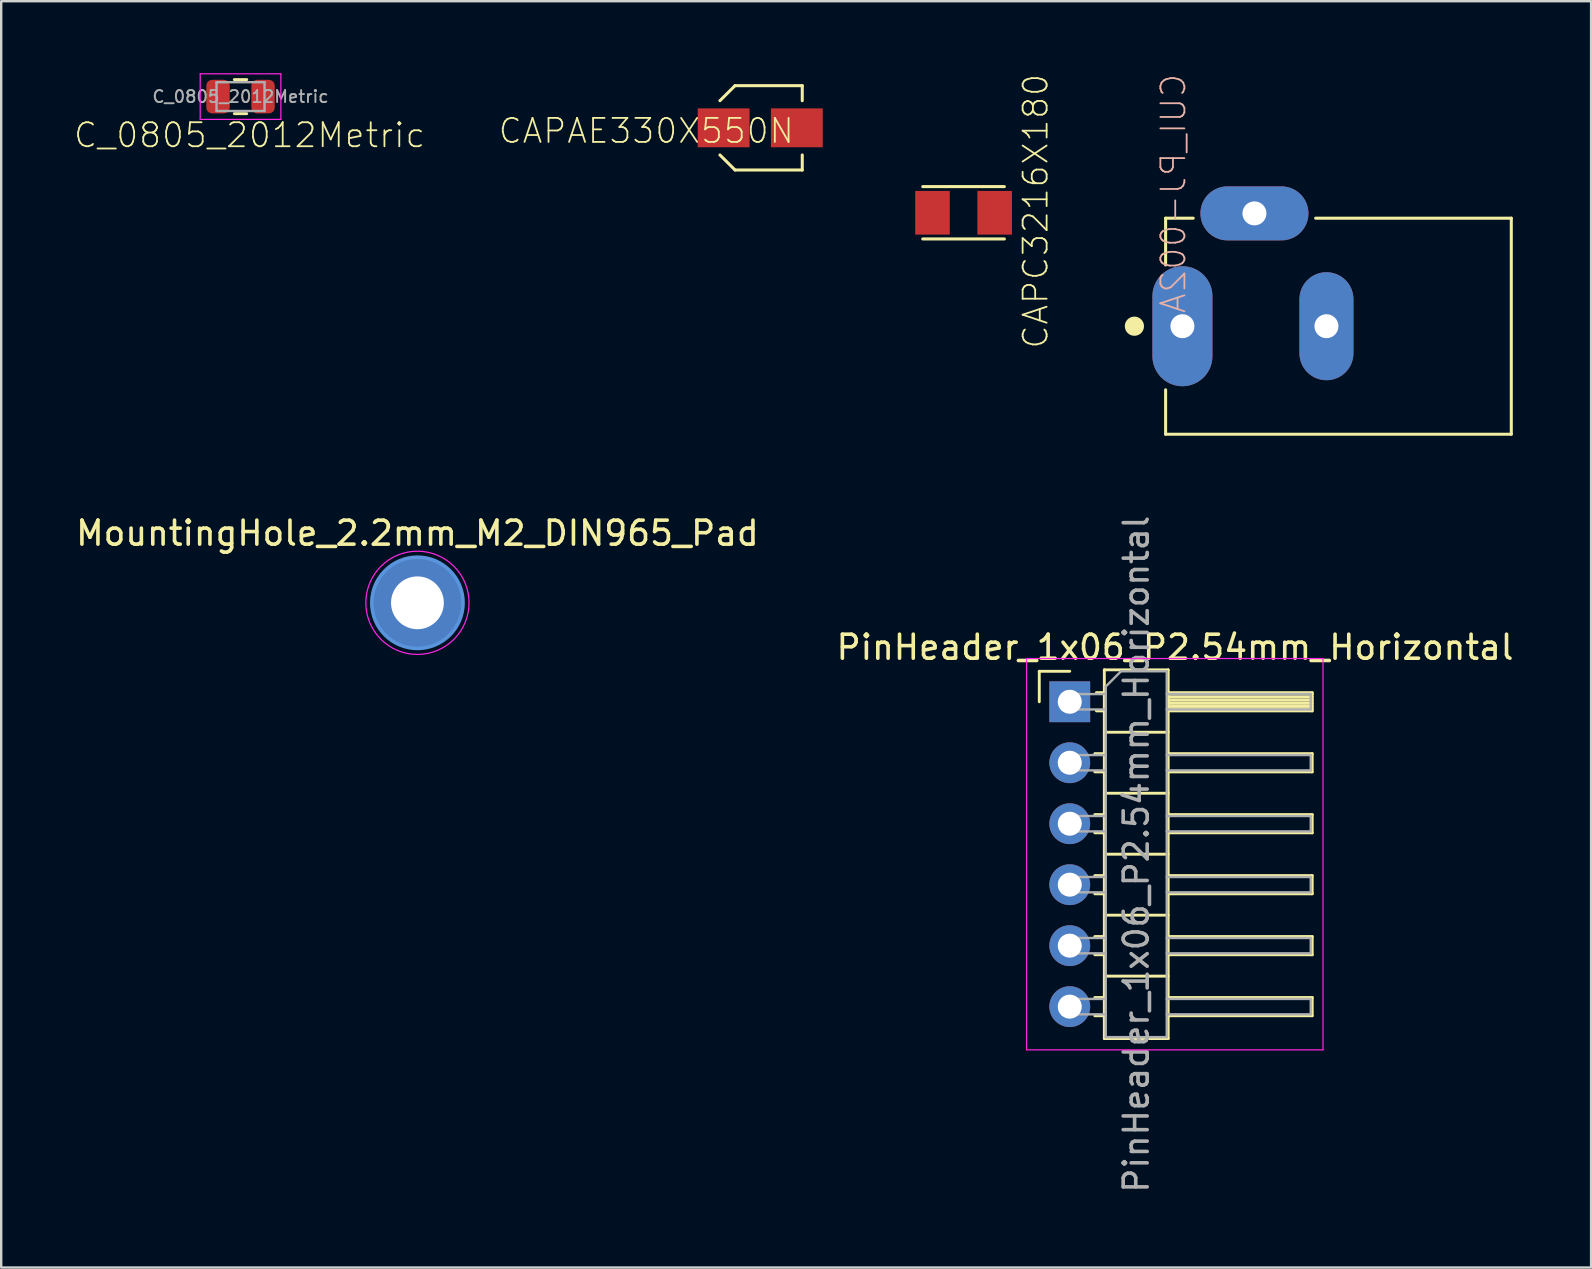
<source format=kicad_pcb>
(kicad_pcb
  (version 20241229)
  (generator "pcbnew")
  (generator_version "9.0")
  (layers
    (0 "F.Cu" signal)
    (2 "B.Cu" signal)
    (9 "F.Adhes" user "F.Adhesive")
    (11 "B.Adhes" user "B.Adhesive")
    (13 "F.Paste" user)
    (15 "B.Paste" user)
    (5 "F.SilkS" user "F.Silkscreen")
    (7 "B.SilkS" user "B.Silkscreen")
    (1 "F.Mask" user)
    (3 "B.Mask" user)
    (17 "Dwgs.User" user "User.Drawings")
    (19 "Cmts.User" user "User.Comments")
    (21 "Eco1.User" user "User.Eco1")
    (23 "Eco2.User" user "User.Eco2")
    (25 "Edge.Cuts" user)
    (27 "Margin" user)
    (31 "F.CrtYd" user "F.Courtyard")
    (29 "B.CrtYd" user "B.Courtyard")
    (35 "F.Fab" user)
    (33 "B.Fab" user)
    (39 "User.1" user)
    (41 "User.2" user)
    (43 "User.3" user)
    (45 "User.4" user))
  (footprint "C_0805_2012Metric"
    (layer "F.Cu")
    (at 6.97 0.975)
    (property "Reference" "C_0805_2012Metric" (at 0.376 1.608 0) (layer "F.SilkS") (effects (font (size 1 1) (thickness 0.075))))
    (attr smd)
    (fp_line (start -0.259 -0.71) (end 0.259 -0.71) (stroke (width 0.12) (type solid)) (layer "F.SilkS"))
    (fp_line (start -0.259 0.71) (end 0.259 0.71) (stroke (width 0.12) (type solid)) (layer "F.SilkS"))
    (fp_line (start -1.68 -0.95) (end 1.68 -0.95) (stroke (width 0.05) (type solid)) (layer "F.CrtYd"))
    (fp_line (start -1.68 0.95) (end -1.68 -0.95) (stroke (width 0.05) (type solid)) (layer "F.CrtYd"))
    (fp_line (start 1.68 -0.95) (end 1.68 0.95) (stroke (width 0.05) (type solid)) (layer "F.CrtYd"))
    (fp_line (start 1.68 0.95) (end -1.68 0.95) (stroke (width 0.05) (type solid)) (layer "F.CrtYd"))
    (fp_line (start -1 -0.6) (end 1 -0.6) (stroke (width 0.1) (type solid)) (layer "F.Fab"))
    (fp_line (start -1 0.6) (end -1 -0.6) (stroke (width 0.1) (type solid)) (layer "F.Fab"))
    (fp_line (start 1 -0.6) (end 1 0.6) (stroke (width 0.1) (type solid)) (layer "F.Fab"))
    (fp_line (start 1 0.6) (end -1 0.6) (stroke (width 0.1) (type solid)) (layer "F.Fab"))
    (fp_text user "${REFERENCE}" (at 0 0 0) (layer "F.Fab") (effects (font (size 0.5 0.5) (thickness 0.08))))
    (pad "1" smd roundrect (at -0.938 0) (size 0.975 1.4) (layers "F.Cu" "F.Mask" "F.Paste") (roundrect_rratio 0.25))
    (pad "2" smd roundrect (at 0.938 0) (size 0.975 1.4) (layers "F.Cu" "F.Mask" "F.Paste") (roundrect_rratio 0.25)))
  (footprint "MountingHole_2.2mm_M2_DIN965_Pad"
    (layer "F.Cu")
    (at 14.339 22.062)
    (property "Reference" "MountingHole_2.2mm_M2_DIN965_Pad" (at 0 -2.9 0) (layer "F.SilkS") (effects (font (size 1 1) (thickness 0.15))))
    (attr exclude_from_pos_files exclude_from_bom)
    (fp_circle (center 0 0) (end 1.9 0) (stroke (width 0.15) (type solid)) (fill no) (layer "Cmts.User"))
    (fp_circle (center 0 0) (end 2.15 0) (stroke (width 0.05) (type solid)) (fill no) (layer "F.CrtYd"))
    (fp_text user "" (at 0.3 0 0) (layer "F.Fab") (effects (font (size 1 1) (thickness 0.15))))
    (pad "1" thru_hole circle (at 0 0) (size 3.8 3.8) (drill 2.2) (layers "*.Cu" "*.Mask")))
  (footprint "CUI_PJ-002A"
    (layer "F.Cu")
    (at 46.207 10.539)
    (property "Reference" "CUI_PJ-002A" (at -0.377 -5.526 270) (layer "B.SilkS") (effects (font (size 1 1) (thickness 0.075)) (justify mirror)))
    (attr through_hole)
    (fp_line (start -0.7 -4.5) (end 0.45 -4.5) (stroke (width 0.127) (type solid)) (layer "F.SilkS"))
    (fp_line (start -0.7 -2.55) (end -0.7 -4.5) (stroke (width 0.127) (type solid)) (layer "F.SilkS"))
    (fp_line (start -0.7 4.5) (end -0.7 2.65) (stroke (width 0.127) (type solid)) (layer "F.SilkS"))
    (fp_line (start 5.55 -4.5) (end 13.7 -4.5) (stroke (width 0.127) (type solid)) (layer "F.SilkS"))
    (fp_line (start 13.7 -4.5) (end 13.7 4.5) (stroke (width 0.127) (type solid)) (layer "F.SilkS"))
    (fp_line (start 13.7 4.5) (end -0.7 4.5) (stroke (width 0.127) (type solid)) (layer "F.SilkS"))
    (fp_circle (center -2 0) (end -1.8 0) (stroke (width 0.4) (type solid)) (fill no) (layer "F.SilkS"))
    (fp_line (start -1.55 -2.25) (end -1.55 2.35) (stroke (width 0.05) (type solid)) (layer "Eco1.User"))
    (fp_line (start -1.55 2.35) (end -1 2.35) (stroke (width 0.05) (type solid)) (layer "Eco1.User"))
    (fp_line (start -1 -4.75) (end 0.45 -4.75) (stroke (width 0.05) (type solid)) (layer "Eco1.User"))
    (fp_line (start -1 -2.25) (end -1.55 -2.25) (stroke (width 0.05) (type solid)) (layer "Eco1.User"))
    (fp_line (start -1 -2.25) (end -1 -4.75) (stroke (width 0.05) (type solid)) (layer "Eco1.User"))
    (fp_line (start -1 4.75) (end -1 2.35) (stroke (width 0.05) (type solid)) (layer "Eco1.User"))
    (fp_line (start 0.45 -6.1) (end 5.55 -6.1) (stroke (width 0.05) (type solid)) (layer "Eco1.User"))
    (fp_line (start 0.45 -4.75) (end 0.45 -6.1) (stroke (width 0.05) (type solid)) (layer "Eco1.User"))
    (fp_line (start 5.55 -6.1) (end 5.55 -4.75) (stroke (width 0.05) (type solid)) (layer "Eco1.User"))
    (fp_line (start 5.55 -4.75) (end 14 -4.75) (stroke (width 0.05) (type solid)) (layer "Eco1.User"))
    (fp_line (start 14 -4.75) (end 14 4.75) (stroke (width 0.05) (type solid)) (layer "Eco1.User"))
    (fp_line (start 14 4.75) (end -1 4.75) (stroke (width 0.05) (type solid)) (layer "Eco1.User"))
    (fp_line (start -0.7 -4.5) (end 13.7 -4.5) (stroke (width 0.127) (type solid)) (layer "Eco2.User"))
    (fp_line (start -0.7 4.5) (end -0.7 -4.5) (stroke (width 0.127) (type solid)) (layer "Eco2.User"))
    (fp_line (start 13.7 -4.5) (end 13.7 4.5) (stroke (width 0.127) (type solid)) (layer "Eco2.User"))
    (fp_line (start 13.7 4.5) (end -0.7 4.5) (stroke (width 0.127) (type solid)) (layer "Eco2.User"))
    (fp_line (start -0.5 -1.75) (end 0.5 -1.75) (stroke (width 0.0001) (type solid)) (layer "Edge.Cuts"))
    (fp_line (start -0.5 1.75) (end -0.5 -1.75) (stroke (width 0.0001) (type solid)) (layer "Edge.Cuts"))
    (fp_line (start 0.5 -1.75) (end 0.5 1.75) (stroke (width 0.0001) (type solid)) (layer "Edge.Cuts"))
    (fp_line (start 0.5 1.75) (end -0.5 1.75) (stroke (width 0.0001) (type solid)) (layer "Edge.Cuts"))
    (fp_line (start 1.5 -5.2) (end 4.5 -5.2) (stroke (width 0.0001) (type solid)) (layer "Edge.Cuts"))
    (fp_line (start 1.5 -4.2) (end 1.5 -5.2) (stroke (width 0.0001) (type solid)) (layer "Edge.Cuts"))
    (fp_line (start 4.5 -5.2) (end 4.5 -4.2) (stroke (width 0.0001) (type solid)) (layer "Edge.Cuts"))
    (fp_line (start 4.5 -4.2) (end 1.5 -4.2) (stroke (width 0.0001) (type solid)) (layer "Edge.Cuts"))
    (fp_line (start 5.5 -1.5) (end 6.5 -1.5) (stroke (width 0.0001) (type solid)) (layer "Edge.Cuts"))
    (fp_line (start 5.5 1.5) (end 5.5 -1.5) (stroke (width 0.0001) (type solid)) (layer "Edge.Cuts"))
    (fp_line (start 6.5 -1.5) (end 6.5 1.5) (stroke (width 0.0001) (type solid)) (layer "Edge.Cuts"))
    (fp_line (start 6.5 1.5) (end 5.5 1.5) (stroke (width 0.0001) (type solid)) (layer "Edge.Cuts"))
    (pad "1" thru_hole oval (at 0 0 90) (size 5 2.5) (drill 1) (layers "*.Cu" "*.Mask"))
    (pad "2" thru_hole oval (at 6 0 90) (size 4.5 2.25) (drill 1) (layers "*.Cu" "*.Mask"))
    (pad "3" thru_hole oval (at 3 -4.7 180) (size 4.5 2.25) (drill 1) (layers "*.Cu" "*.Mask")))
  (footprint "CAPAE330X550N"
    (layer "F.Cu")
    (at 28.62 2.275)
    (property "Reference" "CAPAE330X550N" (at -4.749 0.128 0) (layer "F.SilkS") (effects (font (size 1 1) (thickness 0.075))))
    (attr smd)
    (fp_line (start -1.68 -1.13) (end -1.05 -1.757) (stroke (width 0.127) (type solid)) (layer "F.SilkS"))
    (fp_line (start -1.05 -1.757) (end 1.75 -1.757) (stroke (width 0.127) (type solid)) (layer "F.SilkS"))
    (fp_line (start -1.05 1.757) (end -1.68 1.13) (stroke (width 0.127) (type solid)) (layer "F.SilkS"))
    (fp_line (start 1.75 -1.757) (end 1.75 -1.13) (stroke (width 0.127) (type solid)) (layer "F.SilkS"))
    (fp_line (start 1.75 1.757) (end -1.05 1.757) (stroke (width 0.127) (type solid)) (layer "F.SilkS"))
    (fp_line (start 1.75 1.757) (end 1.75 1.13) (stroke (width 0.127) (type solid)) (layer "F.SilkS"))
    (fp_line (start -3.11 -1.31) (end -2.25 -1.31) (stroke (width 0.05) (type solid)) (layer "Eco1.User"))
    (fp_line (start -3.11 1.31) (end -3.11 -1.31) (stroke (width 0.05) (type solid)) (layer "Eco1.User"))
    (fp_line (start -2.25 -2.25) (end 2.25 -2.25) (stroke (width 0.05) (type solid)) (layer "Eco1.User"))
    (fp_line (start -2.25 -1.31) (end -2.25 -2.25) (stroke (width 0.05) (type solid)) (layer "Eco1.User"))
    (fp_line (start -2.25 1.31) (end -3.11 1.31) (stroke (width 0.05) (type solid)) (layer "Eco1.User"))
    (fp_line (start -2.25 2.25) (end -2.25 1.31) (stroke (width 0.05) (type solid)) (layer "Eco1.User"))
    (fp_line (start 2.25 -2.25) (end 2.25 -1.31) (stroke (width 0.05) (type solid)) (layer "Eco1.User"))
    (fp_line (start 2.25 -1.31) (end 3.11 -1.31) (stroke (width 0.05) (type solid)) (layer "Eco1.User"))
    (fp_line (start 2.25 1.31) (end 2.25 2.25) (stroke (width 0.05) (type solid)) (layer "Eco1.User"))
    (fp_line (start 2.25 2.25) (end -2.25 2.25) (stroke (width 0.05) (type solid)) (layer "Eco1.User"))
    (fp_line (start 3.11 -1.31) (end 3.11 1.31) (stroke (width 0.05) (type solid)) (layer "Eco1.User"))
    (fp_line (start 3.11 1.31) (end 2.25 1.31) (stroke (width 0.05) (type solid)) (layer "Eco1.User"))
    (fp_line (start -1.75 -1.05) (end -1.05 -1.75) (stroke (width 0.127) (type solid)) (layer "Eco2.User"))
    (fp_line (start -1.75 1.05) (end -1.75 -1.05) (stroke (width 0.127) (type solid)) (layer "Eco2.User"))
    (fp_line (start -1.05 -1.75) (end 1.75 -1.75) (stroke (width 0.127) (type solid)) (layer "Eco2.User"))
    (fp_line (start -1.05 1.75) (end -1.75 1.05) (stroke (width 0.127) (type solid)) (layer "Eco2.User"))
    (fp_line (start 1.75 -1.75) (end 1.75 1.75) (stroke (width 0.127) (type solid)) (layer "Eco2.User"))
    (fp_line (start 1.75 1.75) (end -1.05 1.75) (stroke (width 0.127) (type solid)) (layer "Eco2.User"))
    (pad "1" smd rect (at -1.525 0) (size 2.16 1.62) (layers "F.Cu" "F.Mask" "F.Paste"))
    (pad "2" smd rect (at 1.525 0) (size 2.16 1.62) (layers "F.Cu" "F.Mask" "F.Paste")))
  (footprint "CAPC3216X180"
    (layer "F.Cu")
    (at 37.09 5.814)
    (property "Reference" "CAPC3216X180" (at 3.001 -0.063 90) (layer "F.SilkS") (effects (font (size 1 1) (thickness 0.075))))
    (attr smd)
    (fp_line (start -1.7 1.09) (end 1.7 1.09) (stroke (width 0.127) (type solid)) (layer "F.SilkS"))
    (fp_line (start 1.7 -1.09) (end -1.7 -1.09) (stroke (width 0.127) (type solid)) (layer "F.SilkS"))
    (fp_line (start -2.31 -1.16) (end 2.31 -1.16) (stroke (width 0.05) (type solid)) (layer "Eco1.User"))
    (fp_line (start -2.31 1.16) (end -2.31 -1.16) (stroke (width 0.05) (type solid)) (layer "Eco1.User"))
    (fp_line (start 2.31 -1.16) (end 2.31 1.16) (stroke (width 0.05) (type solid)) (layer "Eco1.User"))
    (fp_line (start 2.31 1.16) (end -2.31 1.16) (stroke (width 0.05) (type solid)) (layer "Eco1.User"))
    (fp_line (start -1.7 -0.9) (end 1.7 -0.9) (stroke (width 0.127) (type solid)) (layer "Eco2.User"))
    (fp_line (start -1.7 0.9) (end -1.7 -0.9) (stroke (width 0.127) (type solid)) (layer "Eco2.User"))
    (fp_line (start -1.7 0.9) (end 1.7 0.9) (stroke (width 0.127) (type solid)) (layer "Eco2.User"))
    (fp_line (start 1.7 -0.9) (end 1.7 0.9) (stroke (width 0.127) (type solid)) (layer "Eco2.User"))
    (pad "1" smd rect (at -1.295 0 180) (size 1.44 1.82) (layers "F.Cu" "F.Mask" "F.Paste"))
    (pad "2" smd rect (at 1.295 0) (size 1.44 1.82) (layers "F.Cu" "F.Mask" "F.Paste")))
  (footprint "PinHeader_1x06_P2.54mm_Horizontal"
    (layer "F.Cu")
    (at 41.514 26.184)
    (property "Reference" "PinHeader_1x06_P2.54mm_Horizontal" (at 4.385 -2.27 0) (layer "F.SilkS") (effects (font (size 1 1) (thickness 0.15))))
    (attr through_hole)
    (fp_line (start -1.27 -1.27) (end 0 -1.27) (stroke (width 0.12) (type solid)) (layer "F.SilkS"))
    (fp_line (start -1.27 0) (end -1.27 -1.27) (stroke (width 0.12) (type solid)) (layer "F.SilkS"))
    (fp_line (start 1.043 2.16) (end 1.44 2.16) (stroke (width 0.12) (type solid)) (layer "F.SilkS"))
    (fp_line (start 1.043 2.92) (end 1.44 2.92) (stroke (width 0.12) (type solid)) (layer "F.SilkS"))
    (fp_line (start 1.043 4.7) (end 1.44 4.7) (stroke (width 0.12) (type solid)) (layer "F.SilkS"))
    (fp_line (start 1.043 5.46) (end 1.44 5.46) (stroke (width 0.12) (type solid)) (layer "F.SilkS"))
    (fp_line (start 1.043 7.24) (end 1.44 7.24) (stroke (width 0.12) (type solid)) (layer "F.SilkS"))
    (fp_line (start 1.043 8) (end 1.44 8) (stroke (width 0.12) (type solid)) (layer "F.SilkS"))
    (fp_line (start 1.043 9.78) (end 1.44 9.78) (stroke (width 0.12) (type solid)) (layer "F.SilkS"))
    (fp_line (start 1.043 10.54) (end 1.44 10.54) (stroke (width 0.12) (type solid)) (layer "F.SilkS"))
    (fp_line (start 1.043 12.32) (end 1.44 12.32) (stroke (width 0.12) (type solid)) (layer "F.SilkS"))
    (fp_line (start 1.043 13.08) (end 1.44 13.08) (stroke (width 0.12) (type solid)) (layer "F.SilkS"))
    (fp_line (start 1.11 -0.38) (end 1.44 -0.38) (stroke (width 0.12) (type solid)) (layer "F.SilkS"))
    (fp_line (start 1.11 0.38) (end 1.44 0.38) (stroke (width 0.12) (type solid)) (layer "F.SilkS"))
    (fp_line (start 1.44 -1.33) (end 1.44 14.03) (stroke (width 0.12) (type solid)) (layer "F.SilkS"))
    (fp_line (start 1.44 1.27) (end 4.1 1.27) (stroke (width 0.12) (type solid)) (layer "F.SilkS"))
    (fp_line (start 1.44 3.81) (end 4.1 3.81) (stroke (width 0.12) (type solid)) (layer "F.SilkS"))
    (fp_line (start 1.44 6.35) (end 4.1 6.35) (stroke (width 0.12) (type solid)) (layer "F.SilkS"))
    (fp_line (start 1.44 8.89) (end 4.1 8.89) (stroke (width 0.12) (type solid)) (layer "F.SilkS"))
    (fp_line (start 1.44 11.43) (end 4.1 11.43) (stroke (width 0.12) (type solid)) (layer "F.SilkS"))
    (fp_line (start 1.44 14.03) (end 4.1 14.03) (stroke (width 0.12) (type solid)) (layer "F.SilkS"))
    (fp_line (start 4.1 -1.33) (end 1.44 -1.33) (stroke (width 0.12) (type solid)) (layer "F.SilkS"))
    (fp_line (start 4.1 -0.38) (end 10.1 -0.38) (stroke (width 0.12) (type solid)) (layer "F.SilkS"))
    (fp_line (start 4.1 -0.32) (end 10.1 -0.32) (stroke (width 0.12) (type solid)) (layer "F.SilkS"))
    (fp_line (start 4.1 -0.2) (end 10.1 -0.2) (stroke (width 0.12) (type solid)) (layer "F.SilkS"))
    (fp_line (start 4.1 -0.08) (end 10.1 -0.08) (stroke (width 0.12) (type solid)) (layer "F.SilkS"))
    (fp_line (start 4.1 0.04) (end 10.1 0.04) (stroke (width 0.12) (type solid)) (layer "F.SilkS"))
    (fp_line (start 4.1 0.16) (end 10.1 0.16) (stroke (width 0.12) (type solid)) (layer "F.SilkS"))
    (fp_line (start 4.1 0.28) (end 10.1 0.28) (stroke (width 0.12) (type solid)) (layer "F.SilkS"))
    (fp_line (start 4.1 2.16) (end 10.1 2.16) (stroke (width 0.12) (type solid)) (layer "F.SilkS"))
    (fp_line (start 4.1 4.7) (end 10.1 4.7) (stroke (width 0.12) (type solid)) (layer "F.SilkS"))
    (fp_line (start 4.1 7.24) (end 10.1 7.24) (stroke (width 0.12) (type solid)) (layer "F.SilkS"))
    (fp_line (start 4.1 9.78) (end 10.1 9.78) (stroke (width 0.12) (type solid)) (layer "F.SilkS"))
    (fp_line (start 4.1 12.32) (end 10.1 12.32) (stroke (width 0.12) (type solid)) (layer "F.SilkS"))
    (fp_line (start 4.1 14.03) (end 4.1 -1.33) (stroke (width 0.12) (type solid)) (layer "F.SilkS"))
    (fp_line (start 10.1 -0.38) (end 10.1 0.38) (stroke (width 0.12) (type solid)) (layer "F.SilkS"))
    (fp_line (start 10.1 0.38) (end 4.1 0.38) (stroke (width 0.12) (type solid)) (layer "F.SilkS"))
    (fp_line (start 10.1 2.16) (end 10.1 2.92) (stroke (width 0.12) (type solid)) (layer "F.SilkS"))
    (fp_line (start 10.1 2.92) (end 4.1 2.92) (stroke (width 0.12) (type solid)) (layer "F.SilkS"))
    (fp_line (start 10.1 4.7) (end 10.1 5.46) (stroke (width 0.12) (type solid)) (layer "F.SilkS"))
    (fp_line (start 10.1 5.46) (end 4.1 5.46) (stroke (width 0.12) (type solid)) (layer "F.SilkS"))
    (fp_line (start 10.1 7.24) (end 10.1 8) (stroke (width 0.12) (type solid)) (layer "F.SilkS"))
    (fp_line (start 10.1 8) (end 4.1 8) (stroke (width 0.12) (type solid)) (layer "F.SilkS"))
    (fp_line (start 10.1 9.78) (end 10.1 10.54) (stroke (width 0.12) (type solid)) (layer "F.SilkS"))
    (fp_line (start 10.1 10.54) (end 4.1 10.54) (stroke (width 0.12) (type solid)) (layer "F.SilkS"))
    (fp_line (start 10.1 12.32) (end 10.1 13.08) (stroke (width 0.12) (type solid)) (layer "F.SilkS"))
    (fp_line (start 10.1 13.08) (end 4.1 13.08) (stroke (width 0.12) (type solid)) (layer "F.SilkS"))
    (fp_line (start -1.8 -1.8) (end -1.8 14.5) (stroke (width 0.05) (type solid)) (layer "F.CrtYd"))
    (fp_line (start -1.8 14.5) (end 10.55 14.5) (stroke (width 0.05) (type solid)) (layer "F.CrtYd"))
    (fp_line (start 10.55 -1.8) (end -1.8 -1.8) (stroke (width 0.05) (type solid)) (layer "F.CrtYd"))
    (fp_line (start 10.55 14.5) (end 10.55 -1.8) (stroke (width 0.05) (type solid)) (layer "F.CrtYd"))
    (fp_line (start -0.32 -0.32) (end -0.32 0.32) (stroke (width 0.1) (type solid)) (layer "F.Fab"))
    (fp_line (start -0.32 -0.32) (end 1.5 -0.32) (stroke (width 0.1) (type solid)) (layer "F.Fab"))
    (fp_line (start -0.32 0.32) (end 1.5 0.32) (stroke (width 0.1) (type solid)) (layer "F.Fab"))
    (fp_line (start -0.32 2.22) (end -0.32 2.86) (stroke (width 0.1) (type solid)) (layer "F.Fab"))
    (fp_line (start -0.32 2.22) (end 1.5 2.22) (stroke (width 0.1) (type solid)) (layer "F.Fab"))
    (fp_line (start -0.32 2.86) (end 1.5 2.86) (stroke (width 0.1) (type solid)) (layer "F.Fab"))
    (fp_line (start -0.32 4.76) (end -0.32 5.4) (stroke (width 0.1) (type solid)) (layer "F.Fab"))
    (fp_line (start -0.32 4.76) (end 1.5 4.76) (stroke (width 0.1) (type solid)) (layer "F.Fab"))
    (fp_line (start -0.32 5.4) (end 1.5 5.4) (stroke (width 0.1) (type solid)) (layer "F.Fab"))
    (fp_line (start -0.32 7.3) (end -0.32 7.94) (stroke (width 0.1) (type solid)) (layer "F.Fab"))
    (fp_line (start -0.32 7.3) (end 1.5 7.3) (stroke (width 0.1) (type solid)) (layer "F.Fab"))
    (fp_line (start -0.32 7.94) (end 1.5 7.94) (stroke (width 0.1) (type solid)) (layer "F.Fab"))
    (fp_line (start -0.32 9.84) (end -0.32 10.48) (stroke (width 0.1) (type solid)) (layer "F.Fab"))
    (fp_line (start -0.32 9.84) (end 1.5 9.84) (stroke (width 0.1) (type solid)) (layer "F.Fab"))
    (fp_line (start -0.32 10.48) (end 1.5 10.48) (stroke (width 0.1) (type solid)) (layer "F.Fab"))
    (fp_line (start -0.32 12.38) (end -0.32 13.02) (stroke (width 0.1) (type solid)) (layer "F.Fab"))
    (fp_line (start -0.32 12.38) (end 1.5 12.38) (stroke (width 0.1) (type solid)) (layer "F.Fab"))
    (fp_line (start -0.32 13.02) (end 1.5 13.02) (stroke (width 0.1) (type solid)) (layer "F.Fab"))
    (fp_line (start 1.5 -0.635) (end 2.135 -1.27) (stroke (width 0.1) (type solid)) (layer "F.Fab"))
    (fp_line (start 1.5 13.97) (end 1.5 -0.635) (stroke (width 0.1) (type solid)) (layer "F.Fab"))
    (fp_line (start 2.135 -1.27) (end 4.04 -1.27) (stroke (width 0.1) (type solid)) (layer "F.Fab"))
    (fp_line (start 4.04 -1.27) (end 4.04 13.97) (stroke (width 0.1) (type solid)) (layer "F.Fab"))
    (fp_line (start 4.04 -0.32) (end 10.04 -0.32) (stroke (width 0.1) (type solid)) (layer "F.Fab"))
    (fp_line (start 4.04 0.32) (end 10.04 0.32) (stroke (width 0.1) (type solid)) (layer "F.Fab"))
    (fp_line (start 4.04 2.22) (end 10.04 2.22) (stroke (width 0.1) (type solid)) (layer "F.Fab"))
    (fp_line (start 4.04 2.86) (end 10.04 2.86) (stroke (width 0.1) (type solid)) (layer "F.Fab"))
    (fp_line (start 4.04 4.76) (end 10.04 4.76) (stroke (width 0.1) (type solid)) (layer "F.Fab"))
    (fp_line (start 4.04 5.4) (end 10.04 5.4) (stroke (width 0.1) (type solid)) (layer "F.Fab"))
    (fp_line (start 4.04 7.3) (end 10.04 7.3) (stroke (width 0.1) (type solid)) (layer "F.Fab"))
    (fp_line (start 4.04 7.94) (end 10.04 7.94) (stroke (width 0.1) (type solid)) (layer "F.Fab"))
    (fp_line (start 4.04 9.84) (end 10.04 9.84) (stroke (width 0.1) (type solid)) (layer "F.Fab"))
    (fp_line (start 4.04 10.48) (end 10.04 10.48) (stroke (width 0.1) (type solid)) (layer "F.Fab"))
    (fp_line (start 4.04 12.38) (end 10.04 12.38) (stroke (width 0.1) (type solid)) (layer "F.Fab"))
    (fp_line (start 4.04 13.02) (end 10.04 13.02) (stroke (width 0.1) (type solid)) (layer "F.Fab"))
    (fp_line (start 4.04 13.97) (end 1.5 13.97) (stroke (width 0.1) (type solid)) (layer "F.Fab"))
    (fp_line (start 10.04 -0.32) (end 10.04 0.32) (stroke (width 0.1) (type solid)) (layer "F.Fab"))
    (fp_line (start 10.04 2.22) (end 10.04 2.86) (stroke (width 0.1) (type solid)) (layer "F.Fab"))
    (fp_line (start 10.04 4.76) (end 10.04 5.4) (stroke (width 0.1) (type solid)) (layer "F.Fab"))
    (fp_line (start 10.04 7.3) (end 10.04 7.94) (stroke (width 0.1) (type solid)) (layer "F.Fab"))
    (fp_line (start 10.04 9.84) (end 10.04 10.48) (stroke (width 0.1) (type solid)) (layer "F.Fab"))
    (fp_line (start 10.04 12.38) (end 10.04 13.02) (stroke (width 0.1) (type solid)) (layer "F.Fab"))
    (fp_text user "${REFERENCE}" (at 2.77 6.35 90) (layer "F.Fab") (effects (font (size 1 1) (thickness 0.15))))
    (pad "1" thru_hole rect (at 0 0) (size 1.7 1.7) (drill 1) (layers "*.Cu" "*.Mask"))
    (pad "2" thru_hole oval (at 0 2.54) (size 1.7 1.7) (drill 1) (layers "*.Cu" "*.Mask"))
    (pad "3" thru_hole oval (at 0 5.08) (size 1.7 1.7) (drill 1) (layers "*.Cu" "*.Mask"))
    (pad "4" thru_hole oval (at 0 7.62) (size 1.7 1.7) (drill 1) (layers "*.Cu" "*.Mask"))
    (pad "5" thru_hole oval (at 0 10.16) (size 1.7 1.7) (drill 1) (layers "*.Cu" "*.Mask"))
    (pad "6" thru_hole oval (at 0 12.7) (size 1.7 1.7) (drill 1) (layers "*.Cu" "*.Mask")))
  (gr_rect
    (start -3 -3)
    (end 63.232 49.754)
    (stroke (width 0.1) (type default))
    (fill no)
    (layer "Edge.Cuts")))
</source>
